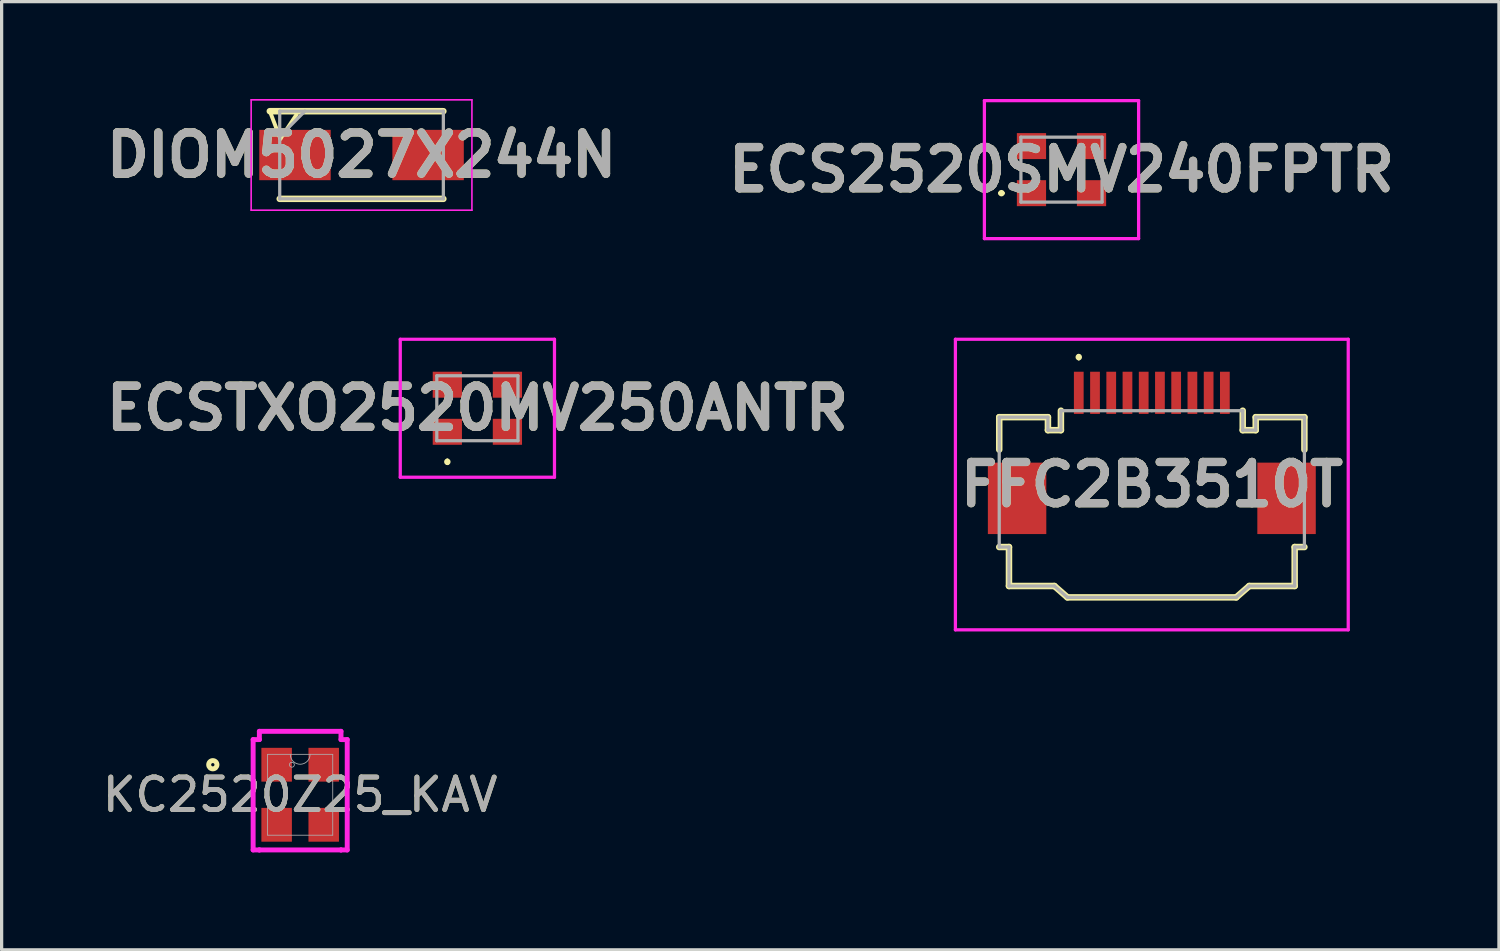
<source format=kicad_pcb>
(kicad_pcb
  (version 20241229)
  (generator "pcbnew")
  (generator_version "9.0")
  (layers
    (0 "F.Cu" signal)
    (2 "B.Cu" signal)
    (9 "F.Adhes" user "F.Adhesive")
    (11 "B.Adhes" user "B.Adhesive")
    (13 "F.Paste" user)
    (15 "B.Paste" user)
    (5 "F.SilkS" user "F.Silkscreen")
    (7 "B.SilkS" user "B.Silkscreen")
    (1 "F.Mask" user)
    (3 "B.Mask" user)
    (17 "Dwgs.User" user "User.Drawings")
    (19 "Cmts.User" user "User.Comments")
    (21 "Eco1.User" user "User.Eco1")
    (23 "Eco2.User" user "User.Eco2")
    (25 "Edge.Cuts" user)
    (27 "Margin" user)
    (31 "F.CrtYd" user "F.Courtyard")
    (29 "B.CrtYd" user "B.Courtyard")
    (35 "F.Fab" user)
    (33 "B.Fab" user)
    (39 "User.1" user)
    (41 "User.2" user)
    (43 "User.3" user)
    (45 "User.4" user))
  (footprint "ECSTXO2520MV250ANTR"
    (layer "F.Cu")
    (at 11.654 9.525)
    (property "Reference" "ECSTXO2520MV250ANTR" (at 0 0 0) (layer "F.SilkS") (effects (font (size 1.27 1.27) (thickness 0.254))))
    (attr smd)
    (fp_line (start -0.925 1.6) (end -0.925 1.6) (stroke (width 0.1) (type solid)) (layer "F.SilkS"))
    (fp_line (start -0.925 1.7) (end -0.925 1.7) (stroke (width 0.1) (type solid)) (layer "F.SilkS"))
    (fp_arc (start -0.925 1.6) (mid -0.875 1.65) (end -0.925 1.7) (stroke (width 0.1) (type solid)) (layer "F.SilkS"))
    (fp_arc (start -0.925 1.7) (mid -0.975 1.65) (end -0.925 1.6) (stroke (width 0.1) (type solid)) (layer "F.SilkS"))
    (fp_line (start -2.375 -2.125) (end 2.375 -2.125) (stroke (width 0.1) (type solid)) (layer "F.CrtYd"))
    (fp_line (start -2.375 2.125) (end -2.375 -2.125) (stroke (width 0.1) (type solid)) (layer "F.CrtYd"))
    (fp_line (start 2.375 -2.125) (end 2.375 2.125) (stroke (width 0.1) (type solid)) (layer "F.CrtYd"))
    (fp_line (start 2.375 2.125) (end -2.375 2.125) (stroke (width 0.1) (type solid)) (layer "F.CrtYd"))
    (fp_line (start -1.25 -1) (end 1.25 -1) (stroke (width 0.1) (type solid)) (layer "F.Fab"))
    (fp_line (start -1.25 1) (end -1.25 -1) (stroke (width 0.1) (type solid)) (layer "F.Fab"))
    (fp_line (start 1.25 -1) (end 1.25 1) (stroke (width 0.1) (type solid)) (layer "F.Fab"))
    (fp_line (start 1.25 1) (end -1.25 1) (stroke (width 0.1) (type solid)) (layer "F.Fab"))
    (fp_text user "${REFERENCE}" (at 0 0 0) (layer "F.Fab") (effects (font (size 1.27 1.27) (thickness 0.254))))
    (pad "1" smd rect (at -0.925 0.725 90) (size 0.8 0.9) (layers "F.Cu" "F.Mask" "F.Paste"))
    (pad "2" smd rect (at 0.925 0.725 90) (size 0.8 0.9) (layers "F.Cu" "F.Mask" "F.Paste"))
    (pad "3" smd rect (at 0.925 -0.725 90) (size 0.8 0.9) (layers "F.Cu" "F.Mask" "F.Paste"))
    (pad "4" smd rect (at -0.925 -0.725 90) (size 0.8 0.9) (layers "F.Cu" "F.Mask" "F.Paste")))
  (footprint "DIOM5027X244N"
    (layer "F.Cu")
    (at 8.086 1.725)
    (property "Reference" "DIOM5027X244N" (at 0 0 0) (layer "F.SilkS") (effects (font (size 1.27 1.27) (thickness 0.254))))
    (attr smd)
    (fp_line (start -2.825 -1.35) (end -2.5 -0.5) (stroke (width 0.12) (type default)) (layer "F.SilkS"))
    (fp_line (start -2.52 1.35) (end 2.52 1.35) (stroke (width 0.2) (type solid)) (layer "F.SilkS"))
    (fp_line (start -2.5 -0.5) (end -2 -1.25) (stroke (width 0.12) (type default)) (layer "F.SilkS"))
    (fp_line (start 2.52 -1.35) (end -2.825 -1.35) (stroke (width 0.2) (type solid)) (layer "F.SilkS"))
    (fp_line (start -3.4 -1.7) (end 3.4 -1.7) (stroke (width 0.05) (type solid)) (layer "F.CrtYd"))
    (fp_line (start -3.4 1.7) (end -3.4 -1.7) (stroke (width 0.05) (type solid)) (layer "F.CrtYd"))
    (fp_line (start 3.4 -1.7) (end 3.4 1.7) (stroke (width 0.05) (type solid)) (layer "F.CrtYd"))
    (fp_line (start 3.4 1.7) (end -3.4 1.7) (stroke (width 0.05) (type solid)) (layer "F.CrtYd"))
    (fp_line (start -2.52 -1.35) (end 2.52 -1.35) (stroke (width 0.1) (type solid)) (layer "F.Fab"))
    (fp_line (start -2.52 -0.575) (end -1.745 -1.35) (stroke (width 0.1) (type solid)) (layer "F.Fab"))
    (fp_line (start -2.52 1.35) (end -2.52 -1.35) (stroke (width 0.1) (type solid)) (layer "F.Fab"))
    (fp_line (start 2.52 -1.35) (end 2.52 1.35) (stroke (width 0.1) (type solid)) (layer "F.Fab"))
    (fp_line (start 2.52 1.35) (end -2.52 1.35) (stroke (width 0.1) (type solid)) (layer "F.Fab"))
    (fp_text user "${REFERENCE}" (at 0 0 0) (layer "F.Fab") (effects (font (size 1.27 1.27) (thickness 0.254))))
    (pad "1" smd rect (at -2.05 0 90) (size 1.55 2.2) (layers "F.Cu" "F.Mask" "F.Paste"))
    (pad "2" smd rect (at 2.05 0 90) (size 1.55 2.2) (layers "F.Cu" "F.Mask" "F.Paste")))
  (footprint "ECS2520SMV240FPTR"
    (layer "F.Cu")
    (at 29.646 2.175)
    (property "Reference" "ECS2520SMV240FPTR" (at 0 0 0) (layer "F.SilkS") (effects (font (size 1.27 1.27) (thickness 0.254))))
    (attr smd)
    (fp_line (start -1.9 0.725) (end -1.9 0.725) (stroke (width 0.1) (type solid)) (layer "F.SilkS"))
    (fp_line (start -1.8 0.725) (end -1.8 0.725) (stroke (width 0.1) (type solid)) (layer "F.SilkS"))
    (fp_arc (start -1.9 0.725) (mid -1.85 0.675) (end -1.8 0.725) (stroke (width 0.1) (type solid)) (layer "F.SilkS"))
    (fp_arc (start -1.8 0.725) (mid -1.85 0.775) (end -1.9 0.725) (stroke (width 0.1) (type solid)) (layer "F.SilkS"))
    (fp_line (start -2.375 -2.125) (end 2.375 -2.125) (stroke (width 0.1) (type solid)) (layer "F.CrtYd"))
    (fp_line (start -2.375 2.125) (end -2.375 -2.125) (stroke (width 0.1) (type solid)) (layer "F.CrtYd"))
    (fp_line (start 2.375 -2.125) (end 2.375 2.125) (stroke (width 0.1) (type solid)) (layer "F.CrtYd"))
    (fp_line (start 2.375 2.125) (end -2.375 2.125) (stroke (width 0.1) (type solid)) (layer "F.CrtYd"))
    (fp_line (start -1.25 -1) (end 1.25 -1) (stroke (width 0.1) (type solid)) (layer "F.Fab"))
    (fp_line (start -1.25 1) (end -1.25 -1) (stroke (width 0.1) (type solid)) (layer "F.Fab"))
    (fp_line (start 1.25 -1) (end 1.25 1) (stroke (width 0.1) (type solid)) (layer "F.Fab"))
    (fp_line (start 1.25 1) (end -1.25 1) (stroke (width 0.1) (type solid)) (layer "F.Fab"))
    (fp_text user "${REFERENCE}" (at 0 0 0) (layer "F.Fab") (effects (font (size 1.27 1.27) (thickness 0.254))))
    (pad "1" smd rect (at -0.925 0.725 90) (size 0.8 0.9) (layers "F.Cu" "F.Mask" "F.Paste"))
    (pad "2" smd rect (at 0.925 0.725 90) (size 0.8 0.9) (layers "F.Cu" "F.Mask" "F.Paste"))
    (pad "3" smd rect (at 0.925 -0.725 90) (size 0.8 0.9) (layers "F.Cu" "F.Mask" "F.Paste"))
    (pad "4" smd rect (at -0.925 -0.725 90) (size 0.8 0.9) (layers "F.Cu" "F.Mask" "F.Paste")))
  (footprint "FFC2B3510T"
    (layer "F.Cu")
    (at 32.428 11.875)
    (property "Reference" "FFC2B3510T" (at 0 0 0) (layer "F.SilkS") (effects (font (size 1.27 1.27) (thickness 0.254))))
    (attr smd)
    (fp_line (start -4.7 -2.075) (end -4.7 -1.075) (stroke (width 0.2) (type solid)) (layer "F.SilkS"))
    (fp_line (start -4.7 1.925) (end -4.4 1.925) (stroke (width 0.2) (type solid)) (layer "F.SilkS"))
    (fp_line (start -4.4 1.925) (end -4.4 3.125) (stroke (width 0.2) (type solid)) (layer "F.SilkS"))
    (fp_line (start -4.4 3.125) (end -3 3.125) (stroke (width 0.2) (type solid)) (layer "F.SilkS"))
    (fp_line (start -3.2 -2.075) (end -4.7 -2.075) (stroke (width 0.2) (type solid)) (layer "F.SilkS"))
    (fp_line (start -3.2 -1.675) (end -3.2 -2.075) (stroke (width 0.2) (type solid)) (layer "F.SilkS"))
    (fp_line (start -3 3.125) (end -2.6 3.475) (stroke (width 0.2) (type solid)) (layer "F.SilkS"))
    (fp_line (start -2.8 -2.275) (end -2.8 -1.675) (stroke (width 0.2) (type solid)) (layer "F.SilkS"))
    (fp_line (start -2.8 -1.675) (end -3.2 -1.675) (stroke (width 0.2) (type solid)) (layer "F.SilkS"))
    (fp_line (start -2.6 3.475) (end 2.6 3.475) (stroke (width 0.2) (type solid)) (layer "F.SilkS"))
    (fp_line (start -2.25 -3.975) (end -2.25 -3.975) (stroke (width 0.1) (type solid)) (layer "F.SilkS"))
    (fp_line (start -2.25 -3.875) (end -2.25 -3.875) (stroke (width 0.1) (type solid)) (layer "F.SilkS"))
    (fp_line (start 2.6 3.475) (end 3 3.125) (stroke (width 0.2) (type solid)) (layer "F.SilkS"))
    (fp_line (start 2.8 -1.675) (end 2.8 -2.275) (stroke (width 0.2) (type solid)) (layer "F.SilkS"))
    (fp_line (start 3 3.125) (end 4.4 3.125) (stroke (width 0.2) (type solid)) (layer "F.SilkS"))
    (fp_line (start 3.2 -2.075) (end 3.2 -1.675) (stroke (width 0.2) (type solid)) (layer "F.SilkS"))
    (fp_line (start 3.2 -1.675) (end 2.8 -1.675) (stroke (width 0.2) (type solid)) (layer "F.SilkS"))
    (fp_line (start 4.4 1.925) (end 4.7 1.925) (stroke (width 0.2) (type solid)) (layer "F.SilkS"))
    (fp_line (start 4.4 3.125) (end 4.4 1.925) (stroke (width 0.2) (type solid)) (layer "F.SilkS"))
    (fp_line (start 4.7 -2.075) (end 3.2 -2.075) (stroke (width 0.2) (type solid)) (layer "F.SilkS"))
    (fp_line (start 4.7 -1.075) (end 4.7 -2.075) (stroke (width 0.2) (type solid)) (layer "F.SilkS"))
    (fp_arc (start -2.25 -3.975) (mid -2.2 -3.925) (end -2.25 -3.875) (stroke (width 0.1) (type solid)) (layer "F.SilkS"))
    (fp_arc (start -2.25 -3.875) (mid -2.3 -3.925) (end -2.25 -3.975) (stroke (width 0.1) (type solid)) (layer "F.SilkS"))
    (fp_line (start -6.05 -4.475) (end 6.05 -4.475) (stroke (width 0.1) (type solid)) (layer "F.CrtYd"))
    (fp_line (start -6.05 4.475) (end -6.05 -4.475) (stroke (width 0.1) (type solid)) (layer "F.CrtYd"))
    (fp_line (start 6.05 -4.475) (end 6.05 4.475) (stroke (width 0.1) (type solid)) (layer "F.CrtYd"))
    (fp_line (start 6.05 4.475) (end -6.05 4.475) (stroke (width 0.1) (type solid)) (layer "F.CrtYd"))
    (fp_line (start -4.7 -2.075) (end -3.2 -2.075) (stroke (width 0.1) (type solid)) (layer "F.Fab"))
    (fp_line (start -4.7 1.925) (end -4.7 -2.075) (stroke (width 0.1) (type solid)) (layer "F.Fab"))
    (fp_line (start -4.4 1.925) (end -4.7 1.925) (stroke (width 0.1) (type solid)) (layer "F.Fab"))
    (fp_line (start -4.4 3.125) (end -4.4 1.925) (stroke (width 0.1) (type solid)) (layer "F.Fab"))
    (fp_line (start -3.2 -2.075) (end -3.2 -1.675) (stroke (width 0.1) (type solid)) (layer "F.Fab"))
    (fp_line (start -3.2 -1.675) (end -2.8 -1.675) (stroke (width 0.1) (type solid)) (layer "F.Fab"))
    (fp_line (start -3 3.125) (end -4.4 3.125) (stroke (width 0.1) (type solid)) (layer "F.Fab"))
    (fp_line (start -2.8 -2.275) (end 0 -2.275) (stroke (width 0.1) (type solid)) (layer "F.Fab"))
    (fp_line (start -2.8 -1.675) (end -2.8 -2.275) (stroke (width 0.1) (type solid)) (layer "F.Fab"))
    (fp_line (start -2.6 3.475) (end -3 3.125) (stroke (width 0.1) (type solid)) (layer "F.Fab"))
    (fp_line (start 0 -2.275) (end 2.8 -2.275) (stroke (width 0.1) (type solid)) (layer "F.Fab"))
    (fp_line (start 2.6 3.475) (end -2.6 3.475) (stroke (width 0.1) (type solid)) (layer "F.Fab"))
    (fp_line (start 2.8 -2.275) (end 2.8 -1.675) (stroke (width 0.1) (type solid)) (layer "F.Fab"))
    (fp_line (start 2.8 -1.675) (end 2.8 -1.675) (stroke (width 0.1) (type solid)) (layer "F.Fab"))
    (fp_line (start 2.8 -1.675) (end 3.2 -1.675) (stroke (width 0.1) (type solid)) (layer "F.Fab"))
    (fp_line (start 3 3.125) (end 2.6 3.475) (stroke (width 0.1) (type solid)) (layer "F.Fab"))
    (fp_line (start 3.2 -2.075) (end 4.7 -2.075) (stroke (width 0.1) (type solid)) (layer "F.Fab"))
    (fp_line (start 3.2 -1.675) (end 3.2 -2.075) (stroke (width 0.1) (type solid)) (layer "F.Fab"))
    (fp_line (start 4.4 1.925) (end 4.4 3.125) (stroke (width 0.1) (type solid)) (layer "F.Fab"))
    (fp_line (start 4.4 3.125) (end 3 3.125) (stroke (width 0.1) (type solid)) (layer "F.Fab"))
    (fp_line (start 4.7 -2.075) (end 4.7 1.925) (stroke (width 0.1) (type solid)) (layer "F.Fab"))
    (fp_line (start 4.7 1.925) (end 4.4 1.925) (stroke (width 0.1) (type solid)) (layer "F.Fab"))
    (fp_text user "${REFERENCE}" (at 0 0 0) (layer "F.Fab") (effects (font (size 1.27 1.27) (thickness 0.254))))
    (pad "1" smd rect (at -2.25 -2.825) (size 0.3 1.3) (layers "F.Cu" "F.Mask" "F.Paste"))
    (pad "2" smd rect (at -1.75 -2.825) (size 0.3 1.3) (layers "F.Cu" "F.Mask" "F.Paste"))
    (pad "3" smd rect (at -1.25 -2.825) (size 0.3 1.3) (layers "F.Cu" "F.Mask" "F.Paste"))
    (pad "4" smd rect (at -0.75 -2.825) (size 0.3 1.3) (layers "F.Cu" "F.Mask" "F.Paste"))
    (pad "5" smd rect (at -0.25 -2.825) (size 0.3 1.3) (layers "F.Cu" "F.Mask" "F.Paste"))
    (pad "6" smd rect (at 0.25 -2.825) (size 0.3 1.3) (layers "F.Cu" "F.Mask" "F.Paste"))
    (pad "7" smd rect (at 0.75 -2.825) (size 0.3 1.3) (layers "F.Cu" "F.Mask" "F.Paste"))
    (pad "8" smd rect (at 1.25 -2.825) (size 0.3 1.3) (layers "F.Cu" "F.Mask" "F.Paste"))
    (pad "9" smd rect (at 1.75 -2.825) (size 0.3 1.3) (layers "F.Cu" "F.Mask" "F.Paste"))
    (pad "10" smd rect (at 2.25 -2.825) (size 0.3 1.3) (layers "F.Cu" "F.Mask" "F.Paste"))
    (pad "11" smd rect (at -4.15 0.425) (size 1.8 2.2) (layers "F.Cu" "F.Mask" "F.Paste"))
    (pad "12" smd rect (at 4.15 0.425) (size 1.8 2.2) (layers "F.Cu" "F.Mask" "F.Paste")))
  (footprint "KC2520Z25_KAV"
    (layer "F.Cu")
    (at 6.196 21.43)
    (property "Reference" "KC2520Z25_KAV" (at 0 0 0) (unlocked yes) (layer "F.SilkS") (effects (font (size 1 1) (thickness 0.15))))
    (attr smd)
    (fp_circle (center -2.691 -0.925) (end -2.564 -0.925) (stroke (width 0.152) (type solid)) (fill no) (layer "F.SilkS"))
    (fp_line (start -1.449 -1.7) (end -1.257 -1.7) (stroke (width 0.152) (type solid)) (layer "F.CrtYd"))
    (fp_line (start -1.449 1.7) (end -1.449 -1.7) (stroke (width 0.152) (type solid)) (layer "F.CrtYd"))
    (fp_line (start -1.449 1.7) (end -1.257 1.7) (stroke (width 0.152) (type solid)) (layer "F.CrtYd"))
    (fp_line (start -1.257 -1.954) (end 1.257 -1.954) (stroke (width 0.152) (type solid)) (layer "F.CrtYd"))
    (fp_line (start -1.257 -1.7) (end -1.257 -1.954) (stroke (width 0.152) (type solid)) (layer "F.CrtYd"))
    (fp_line (start -1.257 1.7) (end -1.257 1.7) (stroke (width 0.152) (type solid)) (layer "F.CrtYd"))
    (fp_line (start 1.257 -1.954) (end 1.257 -1.7) (stroke (width 0.152) (type solid)) (layer "F.CrtYd"))
    (fp_line (start 1.257 1.7) (end -1.257 1.7) (stroke (width 0.152) (type solid)) (layer "F.CrtYd"))
    (fp_line (start 1.257 1.7) (end 1.257 1.7) (stroke (width 0.152) (type solid)) (layer "F.CrtYd"))
    (fp_line (start 1.449 -1.7) (end 1.257 -1.7) (stroke (width 0.152) (type solid)) (layer "F.CrtYd"))
    (fp_line (start 1.449 -1.7) (end 1.449 1.7) (stroke (width 0.152) (type solid)) (layer "F.CrtYd"))
    (fp_line (start 1.449 1.7) (end 1.257 1.7) (stroke (width 0.152) (type solid)) (layer "F.CrtYd"))
    (fp_line (start -1.003 -1.245) (end -1.003 1.245) (stroke (width 0.025) (type solid)) (layer "F.Fab"))
    (fp_line (start -1.003 1.245) (end 1.003 1.245) (stroke (width 0.025) (type solid)) (layer "F.Fab"))
    (fp_line (start 1.003 -1.245) (end -1.003 -1.245) (stroke (width 0.025) (type solid)) (layer "F.Fab"))
    (fp_line (start 1.003 1.245) (end 1.003 -1.245) (stroke (width 0.025) (type solid)) (layer "F.Fab"))
    (fp_arc (start 0.3048 -1.2446) (mid 0 -0.9398) (end -0.3048 -1.2446) (stroke (width 0.0254) (type solid)) (layer "F.Fab"))
    (fp_circle (center -0.255 -0.925) (end -0.179 -0.925) (stroke (width 0.025) (type solid)) (fill no) (layer "F.Fab"))
    (fp_text user "${REFERENCE}" (at 0 0 0) (unlocked yes) (layer "F.Fab") (effects (font (size 1 1) (thickness 0.15))))
    (pad "1" smd rect (at -0.725 -0.925) (size 0.94 1.041) (layers "F.Cu" "F.Mask" "F.Paste"))
    (pad "2" smd rect (at -0.725 0.925) (size 0.94 1.041) (layers "F.Cu" "F.Mask" "F.Paste"))
    (pad "3" smd rect (at 0.725 0.925) (size 0.94 1.041) (layers "F.Cu" "F.Mask" "F.Paste"))
    (pad "4" smd rect (at 0.725 -0.925) (size 0.94 1.041) (layers "F.Cu" "F.Mask" "F.Paste")))
  (gr_rect
    (start -3 -3)
    (end 43.12 26.206)
    (stroke (width 0.1) (type default))
    (fill no)
    (layer "Edge.Cuts")))
</source>
